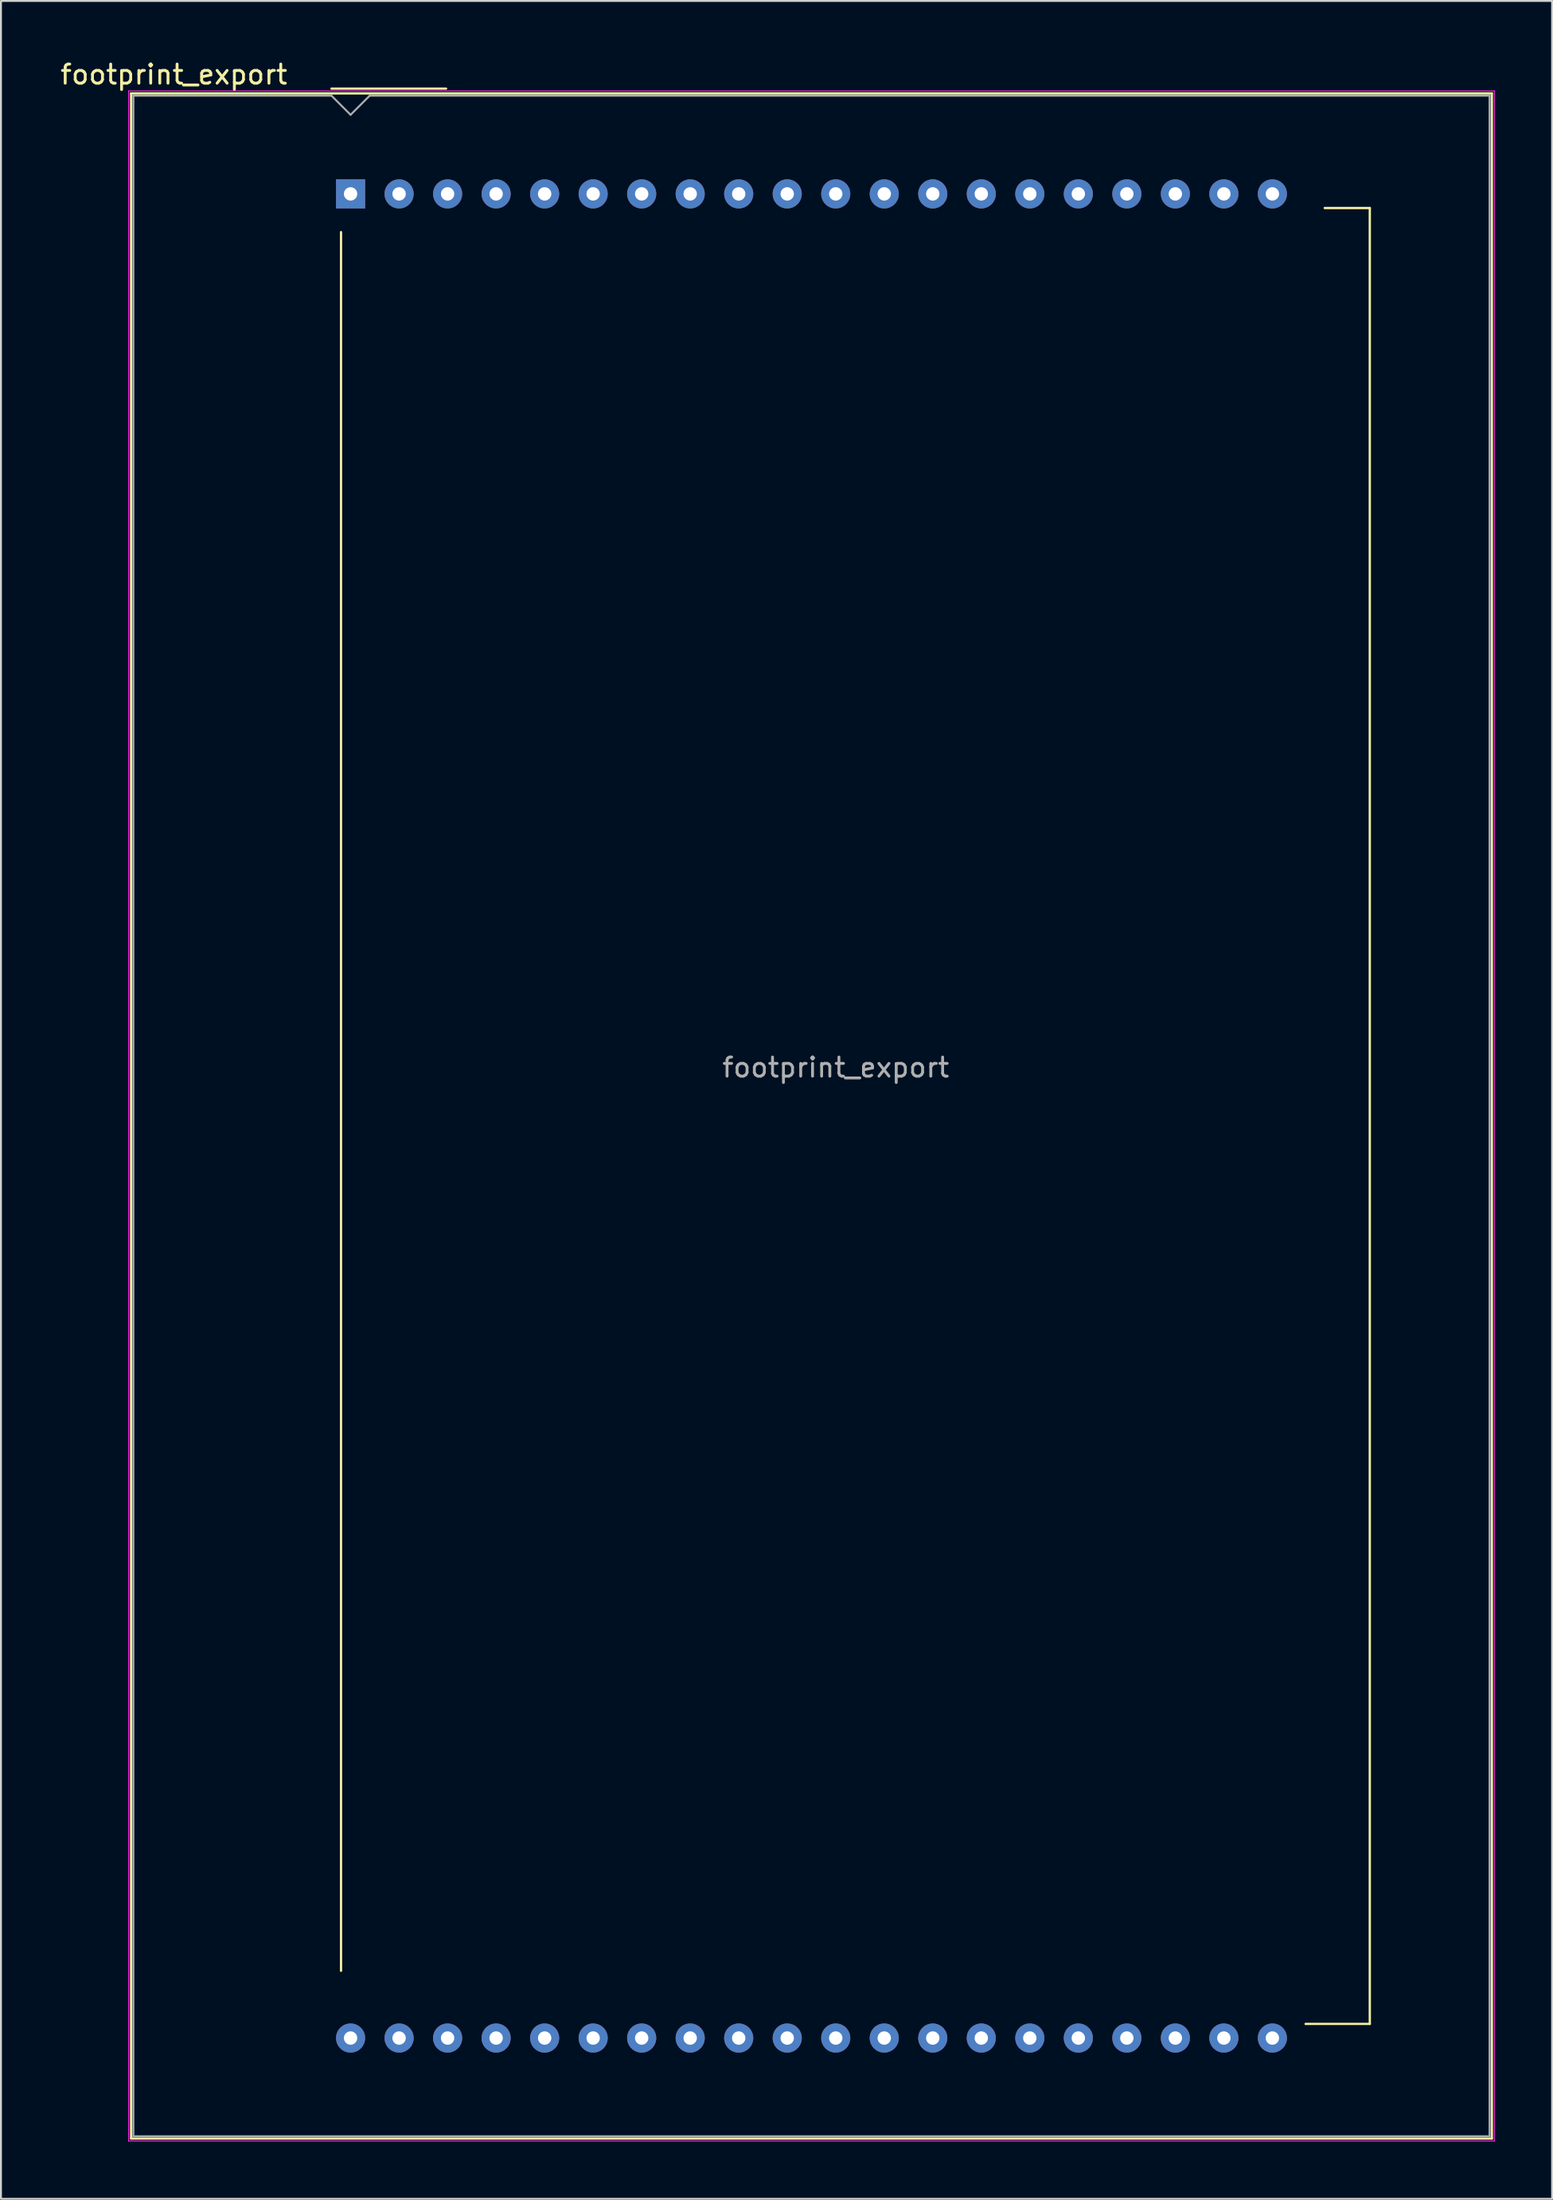
<source format=kicad_pcb>
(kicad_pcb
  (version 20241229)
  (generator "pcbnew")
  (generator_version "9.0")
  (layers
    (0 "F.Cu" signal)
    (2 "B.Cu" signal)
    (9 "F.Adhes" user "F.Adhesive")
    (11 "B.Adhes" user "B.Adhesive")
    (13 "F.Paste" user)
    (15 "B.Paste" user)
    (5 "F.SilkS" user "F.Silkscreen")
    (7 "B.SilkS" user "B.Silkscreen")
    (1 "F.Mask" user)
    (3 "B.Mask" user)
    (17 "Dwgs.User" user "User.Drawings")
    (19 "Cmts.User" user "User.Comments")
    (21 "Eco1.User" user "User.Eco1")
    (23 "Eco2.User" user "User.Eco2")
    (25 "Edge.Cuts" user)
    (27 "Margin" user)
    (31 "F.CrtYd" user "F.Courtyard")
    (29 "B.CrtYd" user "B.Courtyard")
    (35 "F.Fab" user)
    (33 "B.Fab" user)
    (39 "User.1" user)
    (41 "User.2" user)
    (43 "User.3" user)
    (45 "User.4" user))
  (footprint "footprint_export"
    (layer "F.Cu")
    (at 15.304 7.098)
    (property "Reference" "footprint_export" (at -9.25 -6.25 0) (layer "F.SilkS") (effects (font (size 1 1) (thickness 0.15))))
    (attr through_hole)
    (fp_line (start -11.49 -5.26) (end 59.75 -5.26) (stroke (width 0.12) (type solid)) (layer "F.SilkS"))
    (fp_line (start -11.49 101.78) (end -11.49 -5.26) (stroke (width 0.12) (type solid)) (layer "F.SilkS"))
    (fp_line (start -1 -5.51) (end 5 -5.51) (stroke (width 0.12) (type solid)) (layer "F.SilkS"))
    (fp_line (start -0.5 93) (end -0.5 2) (stroke (width 0.12) (type solid)) (layer "F.SilkS"))
    (fp_line (start 51 0.74) (end 53.36 0.74) (stroke (width 0.12) (type solid)) (layer "F.SilkS"))
    (fp_line (start 53.36 0.74) (end 53.36 95.78) (stroke (width 0.12) (type solid)) (layer "F.SilkS"))
    (fp_line (start 53.36 95.78) (end 50 95.78) (stroke (width 0.12) (type solid)) (layer "F.SilkS"))
    (fp_line (start 59.75 -5.26) (end 59.75 101.78) (stroke (width 0.12) (type solid)) (layer "F.SilkS"))
    (fp_line (start 59.75 101.78) (end -11.49 101.78) (stroke (width 0.12) (type solid)) (layer "F.SilkS"))
    (fp_line (start -11.62 -5.39) (end 59.88 -5.39) (stroke (width 0.05) (type solid)) (layer "F.CrtYd"))
    (fp_line (start -11.62 101.91) (end -11.62 -5.39) (stroke (width 0.05) (type solid)) (layer "F.CrtYd"))
    (fp_line (start 59.88 -5.39) (end 59.88 101.91) (stroke (width 0.05) (type solid)) (layer "F.CrtYd"))
    (fp_line (start 59.88 101.91) (end -11.62 101.91) (stroke (width 0.05) (type solid)) (layer "F.CrtYd"))
    (fp_line (start -11.37 -5.14) (end -1 -5.14) (stroke (width 0.1) (type solid)) (layer "F.Fab"))
    (fp_line (start -11.37 101.66) (end -11.37 -5.14) (stroke (width 0.1) (type solid)) (layer "F.Fab"))
    (fp_line (start -1 -5.14) (end 0 -4.14) (stroke (width 0.1) (type solid)) (layer "F.Fab"))
    (fp_line (start 0 -4.14) (end 1 -5.14) (stroke (width 0.1) (type solid)) (layer "F.Fab"))
    (fp_line (start 1 -5.14) (end 59.63 -5.14) (stroke (width 0.1) (type solid)) (layer "F.Fab"))
    (fp_line (start 59.63 -5.14) (end 59.63 101.66) (stroke (width 0.1) (type solid)) (layer "F.Fab"))
    (fp_line (start 59.63 101.66) (end -11.37 101.66) (stroke (width 0.1) (type solid)) (layer "F.Fab"))
    (fp_text user "${REFERENCE}" (at 25.4 45.72 0) (layer "F.Fab") (effects (font (size 1 1) (thickness 0.15))))
    (pad "1" thru_hole rect (at 0 0) (size 1.524 1.524) (drill 0.7) (layers "*.Cu" "*.Mask"))
    (pad "2" thru_hole circle (at 2.54 0) (size 1.524 1.524) (drill 0.7) (layers "*.Cu" "*.Mask"))
    (pad "3" thru_hole circle (at 5.08 0) (size 1.524 1.524) (drill 0.7) (layers "*.Cu" "*.Mask"))
    (pad "4" thru_hole circle (at 7.62 0) (size 1.524 1.524) (drill 0.7) (layers "*.Cu" "*.Mask"))
    (pad "5" thru_hole circle (at 10.16 0) (size 1.524 1.524) (drill 0.7) (layers "*.Cu" "*.Mask"))
    (pad "6" thru_hole circle (at 12.7 0) (size 1.524 1.524) (drill 0.7) (layers "*.Cu" "*.Mask"))
    (pad "7" thru_hole circle (at 15.24 0) (size 1.524 1.524) (drill 0.7) (layers "*.Cu" "*.Mask"))
    (pad "8" thru_hole circle (at 17.78 0) (size 1.524 1.524) (drill 0.7) (layers "*.Cu" "*.Mask"))
    (pad "9" thru_hole circle (at 20.32 0) (size 1.524 1.524) (drill 0.7) (layers "*.Cu" "*.Mask"))
    (pad "10" thru_hole circle (at 22.86 0) (size 1.524 1.524) (drill 0.7) (layers "*.Cu" "*.Mask"))
    (pad "11" thru_hole circle (at 25.4 0) (size 1.524 1.524) (drill 0.7) (layers "*.Cu" "*.Mask"))
    (pad "12" thru_hole circle (at 27.94 0) (size 1.524 1.524) (drill 0.7) (layers "*.Cu" "*.Mask"))
    (pad "13" thru_hole circle (at 30.48 0) (size 1.524 1.524) (drill 0.7) (layers "*.Cu" "*.Mask"))
    (pad "14" thru_hole circle (at 33.02 0) (size 1.524 1.524) (drill 0.7) (layers "*.Cu" "*.Mask"))
    (pad "15" thru_hole circle (at 35.56 0) (size 1.524 1.524) (drill 0.7) (layers "*.Cu" "*.Mask"))
    (pad "16" thru_hole circle (at 38.1 0) (size 1.524 1.524) (drill 0.7) (layers "*.Cu" "*.Mask"))
    (pad "17" thru_hole circle (at 40.64 0) (size 1.524 1.524) (drill 0.7) (layers "*.Cu" "*.Mask"))
    (pad "18" thru_hole circle (at 43.18 0) (size 1.524 1.524) (drill 0.7) (layers "*.Cu" "*.Mask"))
    (pad "19" thru_hole circle (at 45.72 0) (size 1.524 1.524) (drill 0.7) (layers "*.Cu" "*.Mask"))
    (pad "20" thru_hole circle (at 48.26 0) (size 1.524 1.524) (drill 0.7) (layers "*.Cu" "*.Mask"))
    (pad "21" thru_hole circle (at 48.26 96.52) (size 1.524 1.524) (drill 0.7) (layers "*.Cu" "*.Mask"))
    (pad "22" thru_hole circle (at 45.72 96.52) (size 1.524 1.524) (drill 0.7) (layers "*.Cu" "*.Mask"))
    (pad "23" thru_hole circle (at 43.18 96.52) (size 1.524 1.524) (drill 0.7) (layers "*.Cu" "*.Mask"))
    (pad "24" thru_hole circle (at 40.64 96.52) (size 1.524 1.524) (drill 0.7) (layers "*.Cu" "*.Mask"))
    (pad "25" thru_hole circle (at 38.1 96.52) (size 1.524 1.524) (drill 0.7) (layers "*.Cu" "*.Mask"))
    (pad "26" thru_hole circle (at 35.56 96.52) (size 1.524 1.524) (drill 0.7) (layers "*.Cu" "*.Mask"))
    (pad "27" thru_hole circle (at 33.02 96.52) (size 1.524 1.524) (drill 0.7) (layers "*.Cu" "*.Mask"))
    (pad "28" thru_hole circle (at 30.48 96.52) (size 1.524 1.524) (drill 0.7) (layers "*.Cu" "*.Mask"))
    (pad "29" thru_hole circle (at 27.94 96.52) (size 1.524 1.524) (drill 0.7) (layers "*.Cu" "*.Mask"))
    (pad "30" thru_hole circle (at 25.4 96.52) (size 1.524 1.524) (drill 0.7) (layers "*.Cu" "*.Mask"))
    (pad "31" thru_hole circle (at 22.86 96.52) (size 1.524 1.524) (drill 0.7) (layers "*.Cu" "*.Mask"))
    (pad "32" thru_hole circle (at 20.32 96.52) (size 1.524 1.524) (drill 0.7) (layers "*.Cu" "*.Mask"))
    (pad "33" thru_hole circle (at 17.78 96.52) (size 1.524 1.524) (drill 0.7) (layers "*.Cu" "*.Mask"))
    (pad "34" thru_hole circle (at 15.24 96.52) (size 1.524 1.524) (drill 0.7) (layers "*.Cu" "*.Mask"))
    (pad "35" thru_hole circle (at 12.7 96.52) (size 1.524 1.524) (drill 0.7) (layers "*.Cu" "*.Mask"))
    (pad "36" thru_hole circle (at 10.16 96.52) (size 1.524 1.524) (drill 0.7) (layers "*.Cu" "*.Mask"))
    (pad "37" thru_hole circle (at 7.62 96.52) (size 1.524 1.524) (drill 0.7) (layers "*.Cu" "*.Mask"))
    (pad "38" thru_hole circle (at 5.08 96.52) (size 1.524 1.524) (drill 0.7) (layers "*.Cu" "*.Mask"))
    (pad "39" thru_hole circle (at 2.54 96.52) (size 1.524 1.524) (drill 0.7) (layers "*.Cu" "*.Mask"))
    (pad "40" thru_hole circle (at 0 96.52) (size 1.524 1.524) (drill 0.7) (layers "*.Cu" "*.Mask")))
  (gr_rect
    (start -3 -3)
    (end 78.209 112.033)
    (stroke (width 0.1) (type default))
    (fill no)
    (layer "Edge.Cuts")))
</source>
